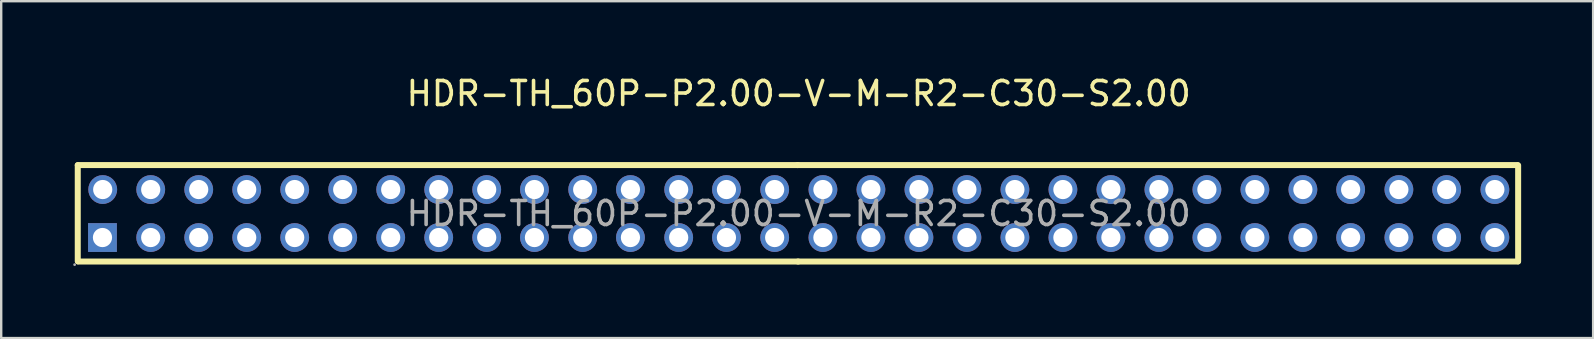
<source format=kicad_pcb>
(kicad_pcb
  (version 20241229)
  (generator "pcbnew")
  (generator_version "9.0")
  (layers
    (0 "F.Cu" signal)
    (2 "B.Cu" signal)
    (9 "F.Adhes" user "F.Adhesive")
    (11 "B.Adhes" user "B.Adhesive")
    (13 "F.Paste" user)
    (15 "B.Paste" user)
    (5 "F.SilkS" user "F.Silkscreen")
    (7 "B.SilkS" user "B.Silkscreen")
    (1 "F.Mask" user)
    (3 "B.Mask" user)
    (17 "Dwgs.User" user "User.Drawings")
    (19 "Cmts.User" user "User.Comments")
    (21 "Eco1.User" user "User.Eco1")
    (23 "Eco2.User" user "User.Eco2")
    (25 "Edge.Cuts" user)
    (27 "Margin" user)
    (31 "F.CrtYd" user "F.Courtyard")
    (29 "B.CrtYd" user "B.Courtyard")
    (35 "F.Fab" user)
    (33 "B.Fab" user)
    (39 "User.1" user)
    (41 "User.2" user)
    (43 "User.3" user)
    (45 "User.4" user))
  (footprint "HDR-TH_60P-P2.00-V-M-R2-C30-S2.00"
    (layer "F.Cu")
    (at 30.23 5.848)
    (property "Reference" "HDR-TH_60P-P2.00-V-M-R2-C30-S2.00" (at 0 -5 0) (layer "F.SilkS") (effects (font (size 1 1) (thickness 0.15))))
    (attr through_hole)
    (fp_line (start -30.04 -2.02) (end -0.04 -2.02) (stroke (width 0.25) (type solid)) (layer "F.SilkS"))
    (fp_line (start -30.04 -2.01) (end -30.04 1.99) (stroke (width 0.25) (type solid)) (layer "F.SilkS"))
    (fp_line (start -0.05 -2.02) (end 29.95 -2.02) (stroke (width 0.25) (type solid)) (layer "F.SilkS"))
    (fp_line (start -0.02 2) (end -30.02 2) (stroke (width 0.25) (type solid)) (layer "F.SilkS"))
    (fp_line (start 29.97 2) (end -0.03 2) (stroke (width 0.25) (type solid)) (layer "F.SilkS"))
    (fp_line (start 29.98 1.99) (end 29.98 -2.01) (stroke (width 0.25) (type solid)) (layer "F.SilkS"))
    (fp_circle (center -30.17 2.13) (end -30.14 2.13) (stroke (width 0.06) (type solid)) (fill no) (layer "F.Fab"))
    (fp_circle (center -29.01 1) (end -28.86 1) (stroke (width 0.3) (type solid)) (fill no) (layer "F.Fab"))
    (fp_circle (center -29 -1) (end -28.85 -1) (stroke (width 0.3) (type solid)) (fill no) (layer "F.Fab"))
    (fp_circle (center -27 -1) (end -26.85 -1) (stroke (width 0.3) (type solid)) (fill no) (layer "F.Fab"))
    (fp_circle (center -27 1) (end -26.85 1) (stroke (width 0.3) (type solid)) (fill no) (layer "F.Fab"))
    (fp_circle (center -25 -1) (end -24.85 -1) (stroke (width 0.3) (type solid)) (fill no) (layer "F.Fab"))
    (fp_circle (center -25 1) (end -24.85 1) (stroke (width 0.3) (type solid)) (fill no) (layer "F.Fab"))
    (fp_circle (center -23 -1) (end -22.85 -1) (stroke (width 0.3) (type solid)) (fill no) (layer "F.Fab"))
    (fp_circle (center -23 1) (end -22.85 1) (stroke (width 0.3) (type solid)) (fill no) (layer "F.Fab"))
    (fp_circle (center -21 -1) (end -20.85 -1) (stroke (width 0.3) (type solid)) (fill no) (layer "F.Fab"))
    (fp_circle (center -21 1) (end -20.85 1) (stroke (width 0.3) (type solid)) (fill no) (layer "F.Fab"))
    (fp_circle (center -19 -1) (end -18.85 -1) (stroke (width 0.3) (type solid)) (fill no) (layer "F.Fab"))
    (fp_circle (center -19 1) (end -18.85 1) (stroke (width 0.3) (type solid)) (fill no) (layer "F.Fab"))
    (fp_circle (center -17 -1) (end -16.85 -1) (stroke (width 0.3) (type solid)) (fill no) (layer "F.Fab"))
    (fp_circle (center -17 1) (end -16.85 1) (stroke (width 0.3) (type solid)) (fill no) (layer "F.Fab"))
    (fp_circle (center -15 -1) (end -14.85 -1) (stroke (width 0.3) (type solid)) (fill no) (layer "F.Fab"))
    (fp_circle (center -15 1) (end -14.85 1) (stroke (width 0.3) (type solid)) (fill no) (layer "F.Fab"))
    (fp_circle (center -13 -1) (end -12.85 -1) (stroke (width 0.3) (type solid)) (fill no) (layer "F.Fab"))
    (fp_circle (center -13 1) (end -12.85 1) (stroke (width 0.3) (type solid)) (fill no) (layer "F.Fab"))
    (fp_circle (center -11.01 -1) (end -10.86 -1) (stroke (width 0.3) (type solid)) (fill no) (layer "F.Fab"))
    (fp_circle (center -11.01 1) (end -10.86 1) (stroke (width 0.3) (type solid)) (fill no) (layer "F.Fab"))
    (fp_circle (center -9 -1) (end -8.85 -1) (stroke (width 0.3) (type solid)) (fill no) (layer "F.Fab"))
    (fp_circle (center -9 1) (end -8.85 1) (stroke (width 0.3) (type solid)) (fill no) (layer "F.Fab"))
    (fp_circle (center -7.01 -1) (end -6.86 -1) (stroke (width 0.3) (type solid)) (fill no) (layer "F.Fab"))
    (fp_circle (center -7.01 1) (end -6.86 1) (stroke (width 0.3) (type solid)) (fill no) (layer "F.Fab"))
    (fp_circle (center -5 -1) (end -4.85 -1) (stroke (width 0.3) (type solid)) (fill no) (layer "F.Fab"))
    (fp_circle (center -5 1) (end -4.85 1) (stroke (width 0.3) (type solid)) (fill no) (layer "F.Fab"))
    (fp_circle (center -3.01 -1) (end -2.86 -1) (stroke (width 0.3) (type solid)) (fill no) (layer "F.Fab"))
    (fp_circle (center -3.01 1) (end -2.86 1) (stroke (width 0.3) (type solid)) (fill no) (layer "F.Fab"))
    (fp_circle (center -1 -1) (end -0.85 -1) (stroke (width 0.3) (type solid)) (fill no) (layer "F.Fab"))
    (fp_circle (center -1 1) (end -0.85 1) (stroke (width 0.3) (type solid)) (fill no) (layer "F.Fab"))
    (fp_circle (center 1.01 -1) (end 1.16 -1) (stroke (width 0.3) (type solid)) (fill no) (layer "F.Fab"))
    (fp_circle (center 1.01 1) (end 1.16 1) (stroke (width 0.3) (type solid)) (fill no) (layer "F.Fab"))
    (fp_circle (center 3.01 -1) (end 3.16 -1) (stroke (width 0.3) (type solid)) (fill no) (layer "F.Fab"))
    (fp_circle (center 3.01 1) (end 3.16 1) (stroke (width 0.3) (type solid)) (fill no) (layer "F.Fab"))
    (fp_circle (center 5.01 -1) (end 5.16 -1) (stroke (width 0.3) (type solid)) (fill no) (layer "F.Fab"))
    (fp_circle (center 5.01 1) (end 5.16 1) (stroke (width 0.3) (type solid)) (fill no) (layer "F.Fab"))
    (fp_circle (center 7.01 -1) (end 7.16 -1) (stroke (width 0.3) (type solid)) (fill no) (layer "F.Fab"))
    (fp_circle (center 7.01 1) (end 7.16 1) (stroke (width 0.3) (type solid)) (fill no) (layer "F.Fab"))
    (fp_circle (center 9.01 -1) (end 9.16 -1) (stroke (width 0.3) (type solid)) (fill no) (layer "F.Fab"))
    (fp_circle (center 9.01 1) (end 9.16 1) (stroke (width 0.3) (type solid)) (fill no) (layer "F.Fab"))
    (fp_circle (center 11.01 -1) (end 11.16 -1) (stroke (width 0.3) (type solid)) (fill no) (layer "F.Fab"))
    (fp_circle (center 11.01 1) (end 11.16 1) (stroke (width 0.3) (type solid)) (fill no) (layer "F.Fab"))
    (fp_circle (center 13.01 -1) (end 13.16 -1) (stroke (width 0.3) (type solid)) (fill no) (layer "F.Fab"))
    (fp_circle (center 13.01 1) (end 13.16 1) (stroke (width 0.3) (type solid)) (fill no) (layer "F.Fab"))
    (fp_circle (center 15.01 -1) (end 15.16 -1) (stroke (width 0.3) (type solid)) (fill no) (layer "F.Fab"))
    (fp_circle (center 15.01 1) (end 15.16 1) (stroke (width 0.3) (type solid)) (fill no) (layer "F.Fab"))
    (fp_circle (center 17.01 -1) (end 17.16 -1) (stroke (width 0.3) (type solid)) (fill no) (layer "F.Fab"))
    (fp_circle (center 17.01 1) (end 17.16 1) (stroke (width 0.3) (type solid)) (fill no) (layer "F.Fab"))
    (fp_circle (center 19.01 -1) (end 19.16 -1) (stroke (width 0.3) (type solid)) (fill no) (layer "F.Fab"))
    (fp_circle (center 19.01 1) (end 19.16 1) (stroke (width 0.3) (type solid)) (fill no) (layer "F.Fab"))
    (fp_circle (center 21.01 -1) (end 21.16 -1) (stroke (width 0.3) (type solid)) (fill no) (layer "F.Fab"))
    (fp_circle (center 21.01 1) (end 21.16 1) (stroke (width 0.3) (type solid)) (fill no) (layer "F.Fab"))
    (fp_circle (center 23 -1) (end 23.15 -1) (stroke (width 0.3) (type solid)) (fill no) (layer "F.Fab"))
    (fp_circle (center 23 1) (end 23.15 1) (stroke (width 0.3) (type solid)) (fill no) (layer "F.Fab"))
    (fp_circle (center 25.01 -1) (end 25.16 -1) (stroke (width 0.3) (type solid)) (fill no) (layer "F.Fab"))
    (fp_circle (center 25.01 1) (end 25.16 1) (stroke (width 0.3) (type solid)) (fill no) (layer "F.Fab"))
    (fp_circle (center 27 -1) (end 27.15 -1) (stroke (width 0.3) (type solid)) (fill no) (layer "F.Fab"))
    (fp_circle (center 27 1) (end 27.15 1) (stroke (width 0.3) (type solid)) (fill no) (layer "F.Fab"))
    (fp_circle (center 29.01 -1) (end 29.16 -1) (stroke (width 0.3) (type solid)) (fill no) (layer "F.Fab"))
    (fp_circle (center 29.01 1) (end 29.16 1) (stroke (width 0.3) (type solid)) (fill no) (layer "F.Fab"))
    (fp_text user "${REFERENCE}" (at 0 0 0) (layer "F.Fab") (effects (font (size 1 1) (thickness 0.15))))
    (pad "1" thru_hole rect (at -29.01 1) (size 1.2 1.2) (drill 0.8) (layers "*.Cu" "*.Paste" "*.Mask"))
    (pad "2" thru_hole circle (at -29 -1) (size 1.2 1.2) (drill 0.8) (layers "*.Cu" "*.Paste" "*.Mask"))
    (pad "3" thru_hole circle (at -27 1) (size 1.2 1.2) (drill 0.8) (layers "*.Cu" "*.Paste" "*.Mask"))
    (pad "4" thru_hole circle (at -27 -1) (size 1.2 1.2) (drill 0.8) (layers "*.Cu" "*.Paste" "*.Mask"))
    (pad "5" thru_hole circle (at -25 1) (size 1.2 1.2) (drill 0.8) (layers "*.Cu" "*.Paste" "*.Mask"))
    (pad "6" thru_hole circle (at -25 -1) (size 1.2 1.2) (drill 0.8) (layers "*.Cu" "*.Paste" "*.Mask"))
    (pad "7" thru_hole circle (at -23 1) (size 1.2 1.2) (drill 0.8) (layers "*.Cu" "*.Paste" "*.Mask"))
    (pad "8" thru_hole circle (at -23 -1) (size 1.2 1.2) (drill 0.8) (layers "*.Cu" "*.Paste" "*.Mask"))
    (pad "9" thru_hole circle (at -21 1) (size 1.2 1.2) (drill 0.8) (layers "*.Cu" "*.Paste" "*.Mask"))
    (pad "10" thru_hole circle (at -21 -1) (size 1.2 1.2) (drill 0.8) (layers "*.Cu" "*.Paste" "*.Mask"))
    (pad "11" thru_hole circle (at -19 1) (size 1.2 1.2) (drill 0.8) (layers "*.Cu" "*.Paste" "*.Mask"))
    (pad "12" thru_hole circle (at -19 -1) (size 1.2 1.2) (drill 0.8) (layers "*.Cu" "*.Paste" "*.Mask"))
    (pad "13" thru_hole circle (at -17 1) (size 1.2 1.2) (drill 0.8) (layers "*.Cu" "*.Paste" "*.Mask"))
    (pad "14" thru_hole circle (at -17 -1) (size 1.2 1.2) (drill 0.8) (layers "*.Cu" "*.Paste" "*.Mask"))
    (pad "15" thru_hole circle (at -15 1) (size 1.2 1.2) (drill 0.8) (layers "*.Cu" "*.Paste" "*.Mask"))
    (pad "16" thru_hole circle (at -15 -1) (size 1.2 1.2) (drill 0.8) (layers "*.Cu" "*.Paste" "*.Mask"))
    (pad "17" thru_hole circle (at -13 1) (size 1.2 1.2) (drill 0.8) (layers "*.Cu" "*.Paste" "*.Mask"))
    (pad "18" thru_hole circle (at -13 -1) (size 1.2 1.2) (drill 0.8) (layers "*.Cu" "*.Paste" "*.Mask"))
    (pad "19" thru_hole circle (at -11.01 1) (size 1.2 1.2) (drill 0.8) (layers "*.Cu" "*.Paste" "*.Mask"))
    (pad "20" thru_hole circle (at -11.01 -1) (size 1.2 1.2) (drill 0.8) (layers "*.Cu" "*.Paste" "*.Mask"))
    (pad "21" thru_hole circle (at -9 1) (size 1.2 1.2) (drill 0.8) (layers "*.Cu" "*.Paste" "*.Mask"))
    (pad "22" thru_hole circle (at -9 -1) (size 1.2 1.2) (drill 0.8) (layers "*.Cu" "*.Paste" "*.Mask"))
    (pad "23" thru_hole circle (at -7.01 1) (size 1.2 1.2) (drill 0.8) (layers "*.Cu" "*.Paste" "*.Mask"))
    (pad "24" thru_hole circle (at -7.01 -1) (size 1.2 1.2) (drill 0.8) (layers "*.Cu" "*.Paste" "*.Mask"))
    (pad "25" thru_hole circle (at -5 1) (size 1.2 1.2) (drill 0.8) (layers "*.Cu" "*.Paste" "*.Mask"))
    (pad "26" thru_hole circle (at -5 -1) (size 1.2 1.2) (drill 0.8) (layers "*.Cu" "*.Paste" "*.Mask"))
    (pad "27" thru_hole circle (at -3.01 1) (size 1.2 1.2) (drill 0.8) (layers "*.Cu" "*.Paste" "*.Mask"))
    (pad "28" thru_hole circle (at -3.01 -1) (size 1.2 1.2) (drill 0.8) (layers "*.Cu" "*.Paste" "*.Mask"))
    (pad "29" thru_hole circle (at -1 1) (size 1.2 1.2) (drill 0.8) (layers "*.Cu" "*.Paste" "*.Mask"))
    (pad "30" thru_hole circle (at -1 -1) (size 1.2 1.2) (drill 0.8) (layers "*.Cu" "*.Paste" "*.Mask"))
    (pad "31" thru_hole circle (at 1.01 1) (size 1.2 1.2) (drill 0.8) (layers "*.Cu" "*.Paste" "*.Mask"))
    (pad "32" thru_hole circle (at 1.01 -1) (size 1.2 1.2) (drill 0.8) (layers "*.Cu" "*.Paste" "*.Mask"))
    (pad "33" thru_hole circle (at 3.01 1) (size 1.2 1.2) (drill 0.8) (layers "*.Cu" "*.Paste" "*.Mask"))
    (pad "34" thru_hole circle (at 3.01 -1) (size 1.2 1.2) (drill 0.8) (layers "*.Cu" "*.Paste" "*.Mask"))
    (pad "35" thru_hole circle (at 5.01 1) (size 1.2 1.2) (drill 0.8) (layers "*.Cu" "*.Paste" "*.Mask"))
    (pad "36" thru_hole circle (at 5.01 -1) (size 1.2 1.2) (drill 0.8) (layers "*.Cu" "*.Paste" "*.Mask"))
    (pad "37" thru_hole circle (at 7.01 1) (size 1.2 1.2) (drill 0.8) (layers "*.Cu" "*.Paste" "*.Mask"))
    (pad "38" thru_hole circle (at 7.01 -1) (size 1.2 1.2) (drill 0.8) (layers "*.Cu" "*.Paste" "*.Mask"))
    (pad "39" thru_hole circle (at 9.01 1) (size 1.2 1.2) (drill 0.8) (layers "*.Cu" "*.Paste" "*.Mask"))
    (pad "40" thru_hole circle (at 9.01 -1) (size 1.2 1.2) (drill 0.8) (layers "*.Cu" "*.Paste" "*.Mask"))
    (pad "41" thru_hole circle (at 11.01 1) (size 1.2 1.2) (drill 0.8) (layers "*.Cu" "*.Paste" "*.Mask"))
    (pad "42" thru_hole circle (at 11.01 -1) (size 1.2 1.2) (drill 0.8) (layers "*.Cu" "*.Paste" "*.Mask"))
    (pad "43" thru_hole circle (at 13.01 1) (size 1.2 1.2) (drill 0.8) (layers "*.Cu" "*.Paste" "*.Mask"))
    (pad "44" thru_hole circle (at 13.01 -1) (size 1.2 1.2) (drill 0.8) (layers "*.Cu" "*.Paste" "*.Mask"))
    (pad "45" thru_hole circle (at 15.01 1) (size 1.2 1.2) (drill 0.8) (layers "*.Cu" "*.Paste" "*.Mask"))
    (pad "46" thru_hole circle (at 15.01 -1) (size 1.2 1.2) (drill 0.8) (layers "*.Cu" "*.Paste" "*.Mask"))
    (pad "47" thru_hole circle (at 17.01 1) (size 1.2 1.2) (drill 0.8) (layers "*.Cu" "*.Paste" "*.Mask"))
    (pad "48" thru_hole circle (at 17.01 -1) (size 1.2 1.2) (drill 0.8) (layers "*.Cu" "*.Paste" "*.Mask"))
    (pad "49" thru_hole circle (at 19.01 1) (size 1.2 1.2) (drill 0.8) (layers "*.Cu" "*.Paste" "*.Mask"))
    (pad "50" thru_hole circle (at 19.01 -1) (size 1.2 1.2) (drill 0.8) (layers "*.Cu" "*.Paste" "*.Mask"))
    (pad "51" thru_hole circle (at 21.01 1) (size 1.2 1.2) (drill 0.8) (layers "*.Cu" "*.Paste" "*.Mask"))
    (pad "52" thru_hole circle (at 21.01 -1) (size 1.2 1.2) (drill 0.8) (layers "*.Cu" "*.Paste" "*.Mask"))
    (pad "53" thru_hole circle (at 23 1) (size 1.2 1.2) (drill 0.8) (layers "*.Cu" "*.Paste" "*.Mask"))
    (pad "54" thru_hole circle (at 23 -1) (size 1.2 1.2) (drill 0.8) (layers "*.Cu" "*.Paste" "*.Mask"))
    (pad "55" thru_hole circle (at 25.01 1) (size 1.2 1.2) (drill 0.8) (layers "*.Cu" "*.Paste" "*.Mask"))
    (pad "56" thru_hole circle (at 25.01 -1) (size 1.2 1.2) (drill 0.8) (layers "*.Cu" "*.Paste" "*.Mask"))
    (pad "57" thru_hole circle (at 27 1) (size 1.2 1.2) (drill 0.8) (layers "*.Cu" "*.Paste" "*.Mask"))
    (pad "58" thru_hole circle (at 27 -1) (size 1.2 1.2) (drill 0.8) (layers "*.Cu" "*.Paste" "*.Mask"))
    (pad "59" thru_hole circle (at 29.01 1) (size 1.2 1.2) (drill 0.8) (layers "*.Cu" "*.Paste" "*.Mask"))
    (pad "60" thru_hole circle (at 29.01 -1) (size 1.2 1.2) (drill 0.8) (layers "*.Cu" "*.Paste" "*.Mask")))
  (gr_rect
    (start -3 -3)
    (end 63.335 11.038)
    (stroke (width 0.1) (type default))
    (fill no)
    (layer "Edge.Cuts")))
</source>
